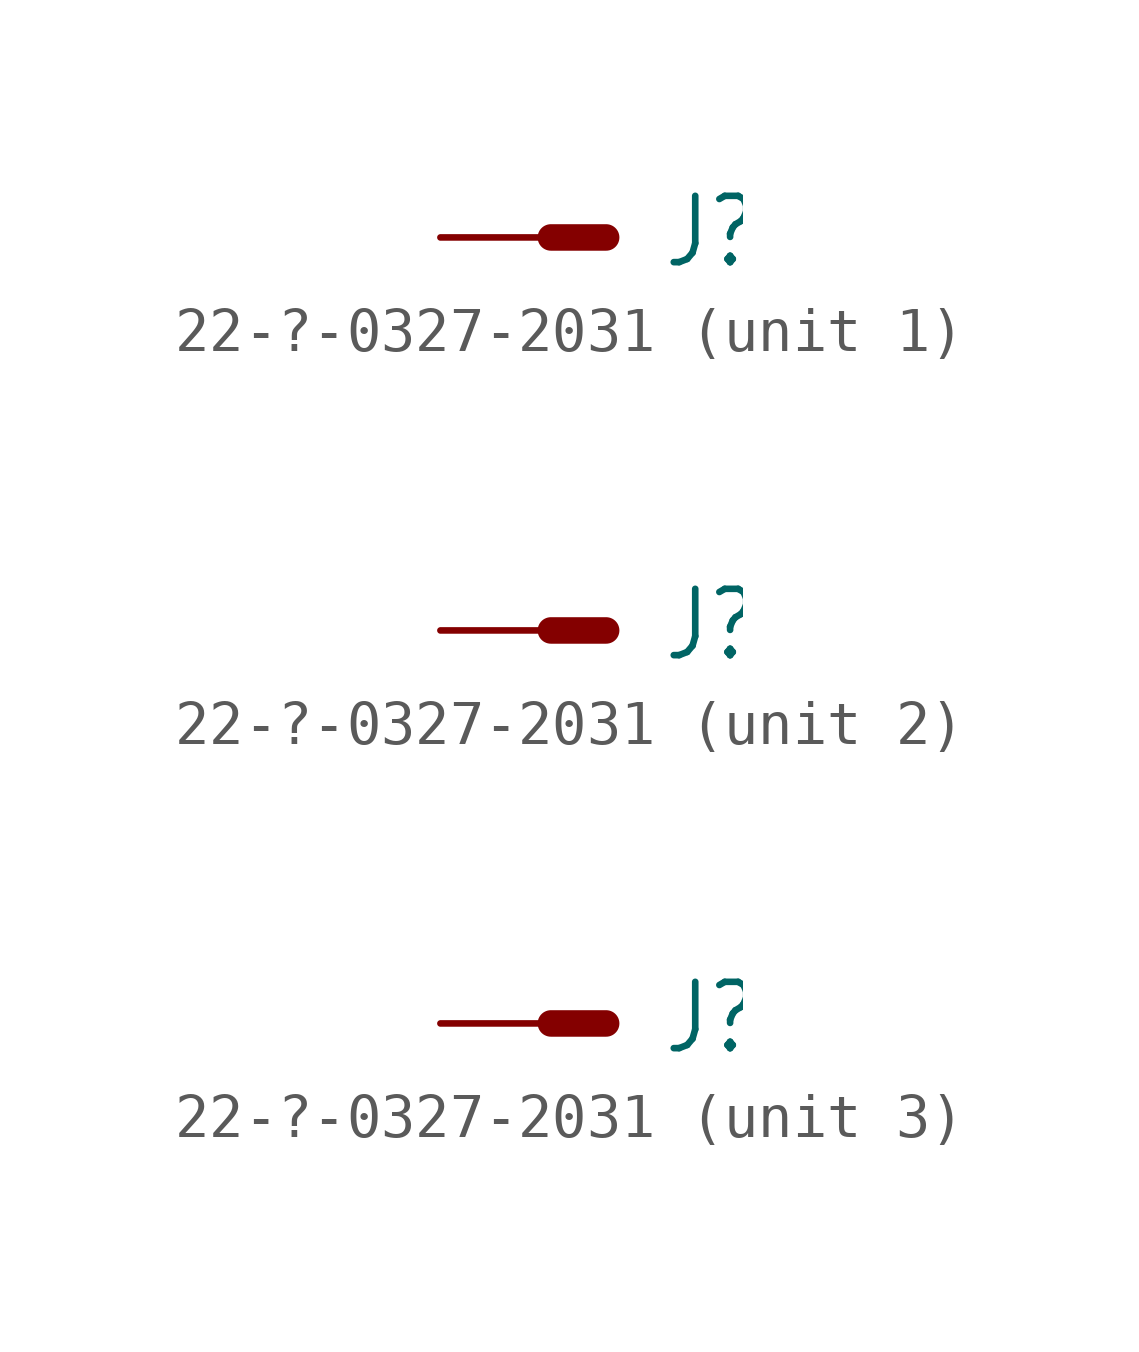
<source format=kicad_sym>
(kicad_symbol_lib
  (version 20220914)
  (generator kicad_symbol_editor)
  (symbol "22-?-0327-2031"
    (property "Reference" "J"
      (at 2.54 -0.762 0)
      (effects (font (size 1.524 1.295)) (justify left bottom)))
    (property "ki_locked" ""
      (at 0 0 0)
      (effects (font (size 1.27 1.27))))
    (symbol "22-?-0327-2031_1_0"
      (polyline (pts (xy 1.27 0) (xy 0 0)) (stroke (width 0.61) (type solid)) (fill (type none)))
      (pin passive line (at -2.54 0 0) (length 2.54) (name "S" (effects (font (size 0 0)))) (number "1" (effects (font (size 0 0))))))
    (symbol "22-?-0327-2031_2_0"
      (polyline (pts (xy 1.27 0) (xy 0 0)) (stroke (width 0.61) (type solid)) (fill (type none)))
      (pin passive line (at -2.54 0 0) (length 2.54) (name "S" (effects (font (size 0 0)))) (number "2" (effects (font (size 0 0))))))
    (symbol "22-?-0327-2031_3_0"
      (polyline (pts (xy 1.27 0) (xy 0 0)) (stroke (width 0.61) (type solid)) (fill (type none)))
      (pin passive line (at -2.54 0 0) (length 2.54) (name "S" (effects (font (size 0 0)))) (number "3" (effects (font (size 0 0))))))))
</source>
